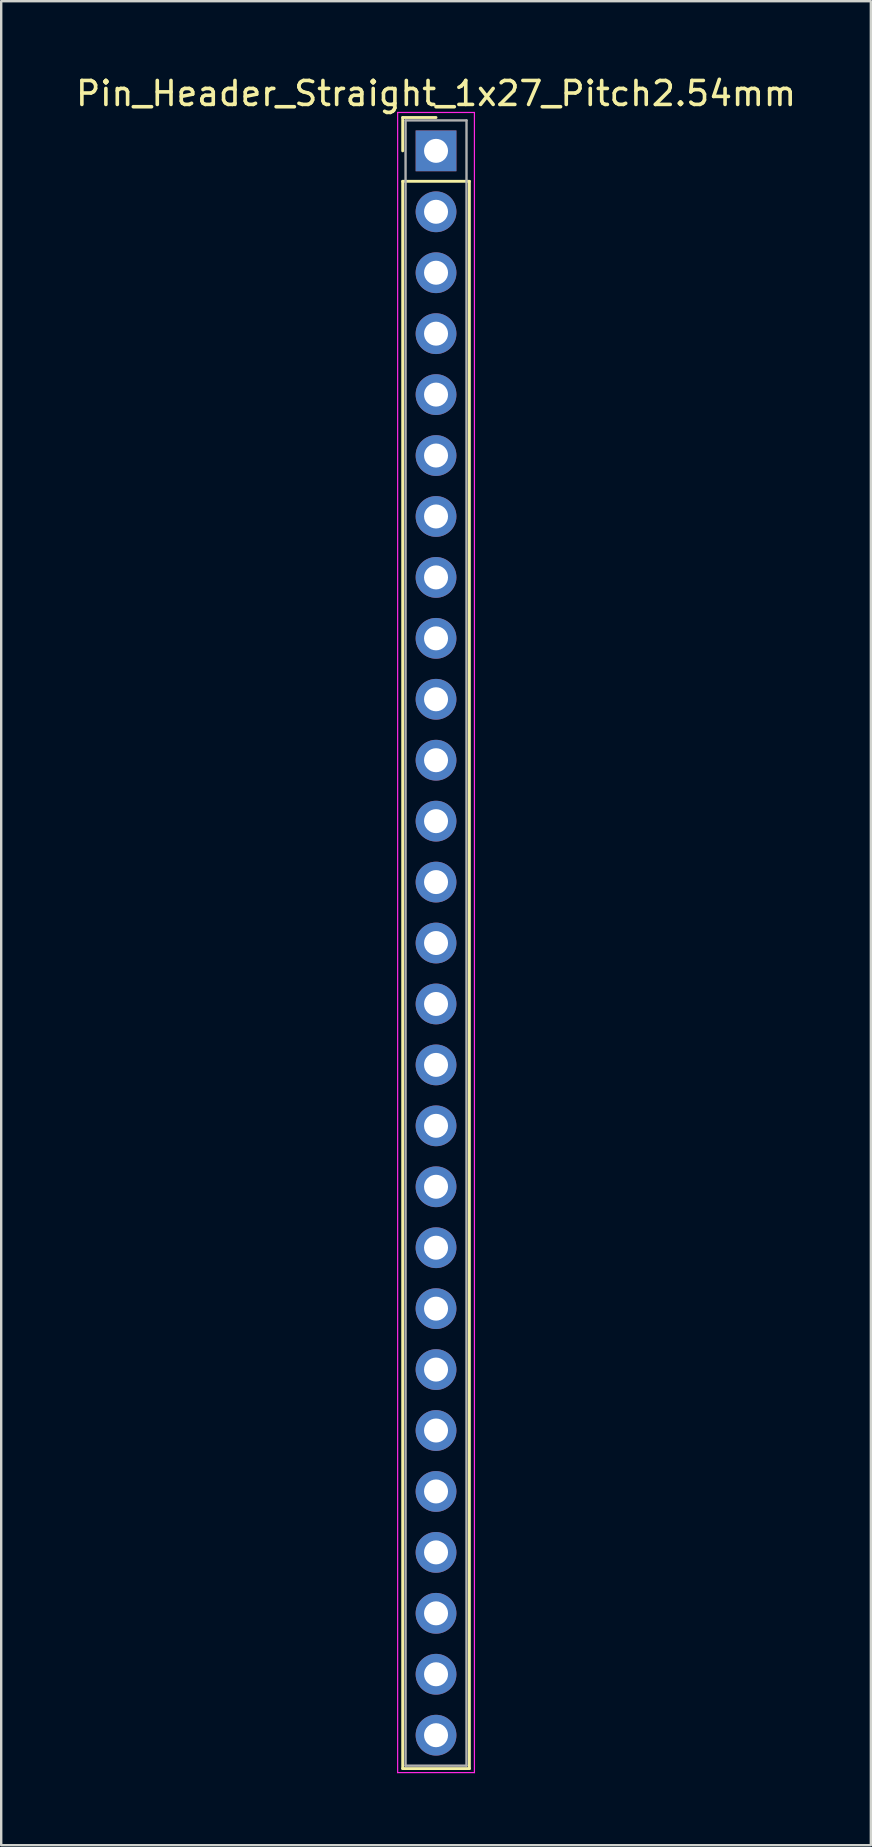
<source format=kicad_pcb>
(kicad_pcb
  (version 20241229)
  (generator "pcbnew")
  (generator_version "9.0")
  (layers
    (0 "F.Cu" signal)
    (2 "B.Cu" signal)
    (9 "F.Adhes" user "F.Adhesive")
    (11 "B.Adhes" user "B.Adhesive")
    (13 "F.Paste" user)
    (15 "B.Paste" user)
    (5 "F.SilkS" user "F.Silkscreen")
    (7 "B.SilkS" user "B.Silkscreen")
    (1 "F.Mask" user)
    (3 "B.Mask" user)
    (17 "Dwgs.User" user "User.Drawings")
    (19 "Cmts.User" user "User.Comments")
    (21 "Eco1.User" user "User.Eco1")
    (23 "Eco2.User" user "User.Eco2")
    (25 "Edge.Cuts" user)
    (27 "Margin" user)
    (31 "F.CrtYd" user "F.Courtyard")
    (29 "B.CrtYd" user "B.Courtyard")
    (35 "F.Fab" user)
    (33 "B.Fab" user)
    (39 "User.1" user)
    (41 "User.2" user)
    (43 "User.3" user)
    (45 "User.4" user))
  (footprint "Pin_Header_Straight_1x27_Pitch2.54mm"
    (layer "F.Cu")
    (at 15.125 3.238)
    (property "Reference" "Pin_Header_Straight_1x27_Pitch2.54mm" (at 0 -2.39 0) (layer "F.SilkS") (effects (font (size 1 1) (thickness 0.15))))
    (attr through_hole)
    (fp_line (start -1.39 -1.39) (end 0 -1.39) (stroke (width 0.12) (type solid)) (layer "F.SilkS"))
    (fp_line (start -1.39 0) (end -1.39 -1.39) (stroke (width 0.12) (type solid)) (layer "F.SilkS"))
    (fp_line (start -1.39 1.27) (end -1.39 67.43) (stroke (width 0.12) (type solid)) (layer "F.SilkS"))
    (fp_line (start -1.39 67.43) (end 1.39 67.43) (stroke (width 0.12) (type solid)) (layer "F.SilkS"))
    (fp_line (start 1.39 1.27) (end -1.39 1.27) (stroke (width 0.12) (type solid)) (layer "F.SilkS"))
    (fp_line (start 1.39 67.43) (end 1.39 1.27) (stroke (width 0.12) (type solid)) (layer "F.SilkS"))
    (fp_line (start -1.6 -1.6) (end -1.6 67.6) (stroke (width 0.05) (type solid)) (layer "F.CrtYd"))
    (fp_line (start -1.6 67.6) (end 1.6 67.6) (stroke (width 0.05) (type solid)) (layer "F.CrtYd"))
    (fp_line (start 1.6 -1.6) (end -1.6 -1.6) (stroke (width 0.05) (type solid)) (layer "F.CrtYd"))
    (fp_line (start 1.6 67.6) (end 1.6 -1.6) (stroke (width 0.05) (type solid)) (layer "F.CrtYd"))
    (fp_line (start -1.27 -1.27) (end -1.27 67.31) (stroke (width 0.1) (type solid)) (layer "F.Fab"))
    (fp_line (start -1.27 67.31) (end 1.27 67.31) (stroke (width 0.1) (type solid)) (layer "F.Fab"))
    (fp_line (start 1.27 -1.27) (end -1.27 -1.27) (stroke (width 0.1) (type solid)) (layer "F.Fab"))
    (fp_line (start 1.27 67.31) (end 1.27 -1.27) (stroke (width 0.1) (type solid)) (layer "F.Fab"))
    (pad "1" thru_hole rect (at 0 0) (size 1.7 1.7) (drill 1) (layers "*.Cu" "*.Mask"))
    (pad "2" thru_hole oval (at 0 2.54) (size 1.7 1.7) (drill 1) (layers "*.Cu" "*.Mask"))
    (pad "3" thru_hole oval (at 0 5.08) (size 1.7 1.7) (drill 1) (layers "*.Cu" "*.Mask"))
    (pad "4" thru_hole oval (at 0 7.62) (size 1.7 1.7) (drill 1) (layers "*.Cu" "*.Mask"))
    (pad "5" thru_hole oval (at 0 10.16) (size 1.7 1.7) (drill 1) (layers "*.Cu" "*.Mask"))
    (pad "6" thru_hole oval (at 0 12.7) (size 1.7 1.7) (drill 1) (layers "*.Cu" "*.Mask"))
    (pad "7" thru_hole oval (at 0 15.24) (size 1.7 1.7) (drill 1) (layers "*.Cu" "*.Mask"))
    (pad "8" thru_hole oval (at 0 17.78) (size 1.7 1.7) (drill 1) (layers "*.Cu" "*.Mask"))
    (pad "9" thru_hole oval (at 0 20.32) (size 1.7 1.7) (drill 1) (layers "*.Cu" "*.Mask"))
    (pad "10" thru_hole oval (at 0 22.86) (size 1.7 1.7) (drill 1) (layers "*.Cu" "*.Mask"))
    (pad "11" thru_hole oval (at 0 25.4) (size 1.7 1.7) (drill 1) (layers "*.Cu" "*.Mask"))
    (pad "12" thru_hole oval (at 0 27.94) (size 1.7 1.7) (drill 1) (layers "*.Cu" "*.Mask"))
    (pad "13" thru_hole oval (at 0 30.48) (size 1.7 1.7) (drill 1) (layers "*.Cu" "*.Mask"))
    (pad "14" thru_hole oval (at 0 33.02) (size 1.7 1.7) (drill 1) (layers "*.Cu" "*.Mask"))
    (pad "15" thru_hole oval (at 0 35.56) (size 1.7 1.7) (drill 1) (layers "*.Cu" "*.Mask"))
    (pad "16" thru_hole oval (at 0 38.1) (size 1.7 1.7) (drill 1) (layers "*.Cu" "*.Mask"))
    (pad "17" thru_hole oval (at 0 40.64) (size 1.7 1.7) (drill 1) (layers "*.Cu" "*.Mask"))
    (pad "18" thru_hole oval (at 0 43.18) (size 1.7 1.7) (drill 1) (layers "*.Cu" "*.Mask"))
    (pad "19" thru_hole oval (at 0 45.72) (size 1.7 1.7) (drill 1) (layers "*.Cu" "*.Mask"))
    (pad "20" thru_hole oval (at 0 48.26) (size 1.7 1.7) (drill 1) (layers "*.Cu" "*.Mask"))
    (pad "21" thru_hole oval (at 0 50.8) (size 1.7 1.7) (drill 1) (layers "*.Cu" "*.Mask"))
    (pad "22" thru_hole oval (at 0 53.34) (size 1.7 1.7) (drill 1) (layers "*.Cu" "*.Mask"))
    (pad "23" thru_hole oval (at 0 55.88) (size 1.7 1.7) (drill 1) (layers "*.Cu" "*.Mask"))
    (pad "24" thru_hole oval (at 0 58.42) (size 1.7 1.7) (drill 1) (layers "*.Cu" "*.Mask"))
    (pad "25" thru_hole oval (at 0 60.96) (size 1.7 1.7) (drill 1) (layers "*.Cu" "*.Mask"))
    (pad "26" thru_hole oval (at 0 63.5) (size 1.7 1.7) (drill 1) (layers "*.Cu" "*.Mask"))
    (pad "27" thru_hole oval (at 0 66.04) (size 1.7 1.7) (drill 1) (layers "*.Cu" "*.Mask")))
  (gr_rect
    (start -3 -3)
    (end 33.25 73.863)
    (stroke (width 0.1) (type default))
    (fill no)
    (layer "Edge.Cuts")))
</source>
